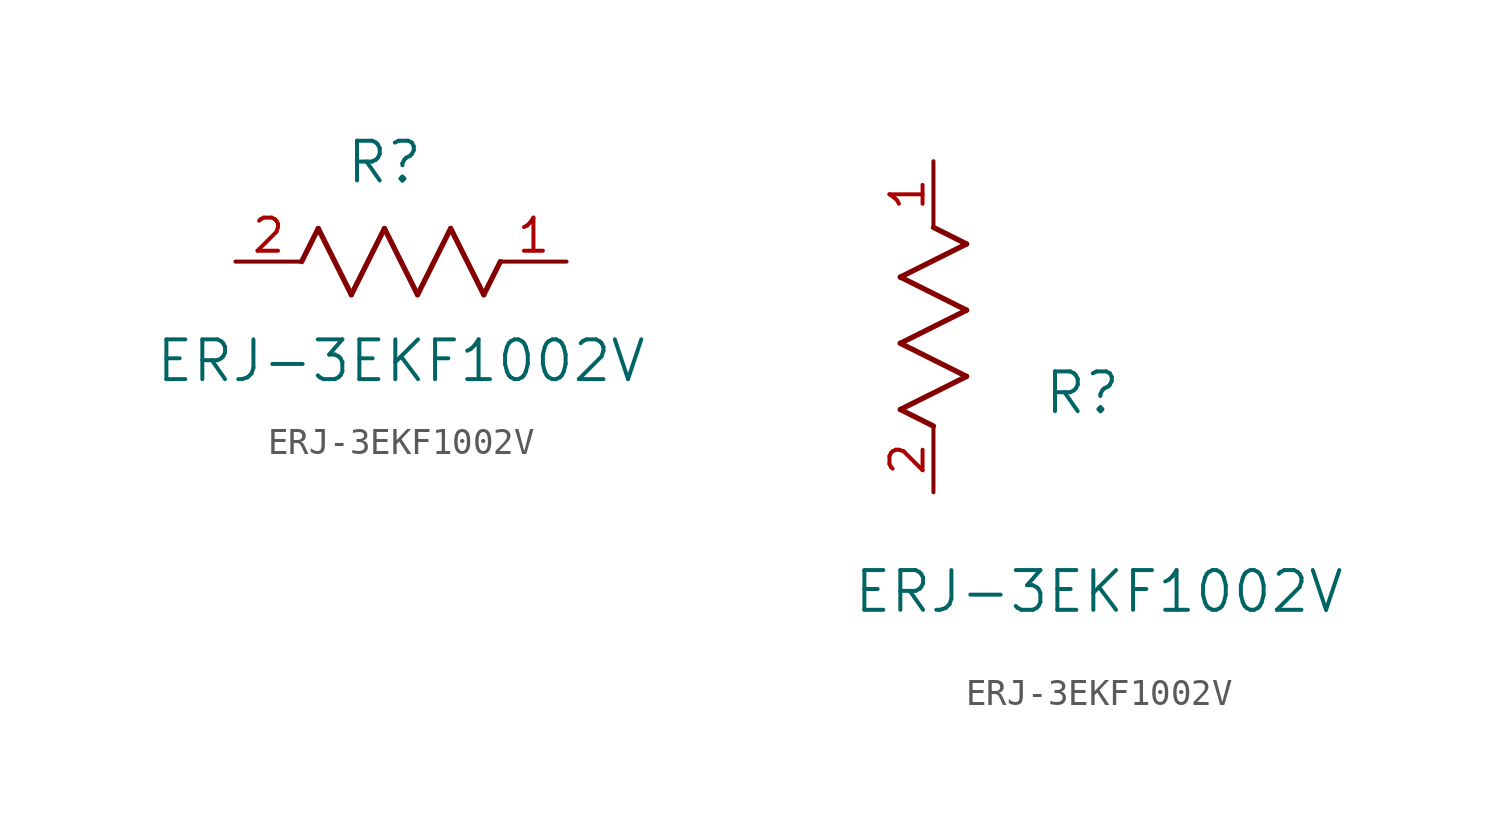
<source format=kicad_sym>
(kicad_symbol_lib
  (version 20211014)
  (generator kicad_symbol_editor)
  (symbol "ERJ-3EKF1002V"
    (pin_names
      (offset 0.254))
    (property "Reference" "R"
      (at 5.715 3.81 0)
      (effects (font (size 1.524 1.524))))
    (property "Value" "ERJ-3EKF1002V"
      (at 6.35 -3.81 0)
      (effects (font (size 1.524 1.524))))
    (symbol "ERJ-3EKF1002V_1_1"
      (polyline (pts (xy 3.175 1.27) (xy 4.445 -1.27)) (stroke (width 0.203) (type default) (color 0 0 0 0)) (fill (type none)))
      (polyline (pts (xy 4.445 -1.27) (xy 5.715 1.27)) (stroke (width 0.203) (type default) (color 0 0 0 0)) (fill (type none)))
      (polyline (pts (xy 5.715 1.27) (xy 6.985 -1.27)) (stroke (width 0.203) (type default) (color 0 0 0 0)) (fill (type none)))
      (polyline (pts (xy 6.985 -1.27) (xy 8.255 1.27)) (stroke (width 0.203) (type default) (color 0 0 0 0)) (fill (type none)))
      (polyline (pts (xy 8.255 1.27) (xy 9.525 -1.27)) (stroke (width 0.203) (type default) (color 0 0 0 0)) (fill (type none)))
      (polyline (pts (xy 2.54 0) (xy 3.175 1.27)) (stroke (width 0.203) (type default) (color 0 0 0 0)) (fill (type none)))
      (polyline (pts (xy 9.525 -1.27) (xy 10.16 0)) (stroke (width 0.203) (type default) (color 0 0 0 0)) (fill (type none)))
      (pin unspecified line (at 12.7 0 180) (length 2.54) (name "" (effects (font (size 1.27 1.27)))) (number "1" (effects (font (size 1.27 1.27)))))
      (pin unspecified line (at 0 0 0) (length 2.54) (name "" (effects (font (size 1.27 1.27)))) (number "2" (effects (font (size 1.27 1.27))))))
    (symbol "ERJ-3EKF1002V_1_2"
      (polyline (pts (xy 0 2.54) (xy -1.27 3.175)) (stroke (width 0.203) (type default) (color 0 0 0 0)) (fill (type none)))
      (polyline (pts (xy -1.27 3.175) (xy 1.27 4.445)) (stroke (width 0.203) (type default) (color 0 0 0 0)) (fill (type none)))
      (polyline (pts (xy 1.27 4.445) (xy -1.27 5.715)) (stroke (width 0.203) (type default) (color 0 0 0 0)) (fill (type none)))
      (polyline (pts (xy -1.27 5.715) (xy 1.27 6.985)) (stroke (width 0.203) (type default) (color 0 0 0 0)) (fill (type none)))
      (polyline (pts (xy -1.27 8.255) (xy 1.27 9.525)) (stroke (width 0.203) (type default) (color 0 0 0 0)) (fill (type none)))
      (polyline (pts (xy 1.27 9.525) (xy 0 10.16)) (stroke (width 0.203) (type default) (color 0 0 0 0)) (fill (type none)))
      (polyline (pts (xy 1.27 6.985) (xy -1.27 8.255)) (stroke (width 0.203) (type default) (color 0 0 0 0)) (fill (type none)))
      (pin unspecified line (at 0 12.7 270) (length 2.54) (name "" (effects (font (size 1.27 1.27)))) (number "1" (effects (font (size 1.27 1.27)))))
      (pin unspecified line (at 0 0 90) (length 2.54) (name "" (effects (font (size 1.27 1.27)))) (number "2" (effects (font (size 1.27 1.27))))))))
</source>
